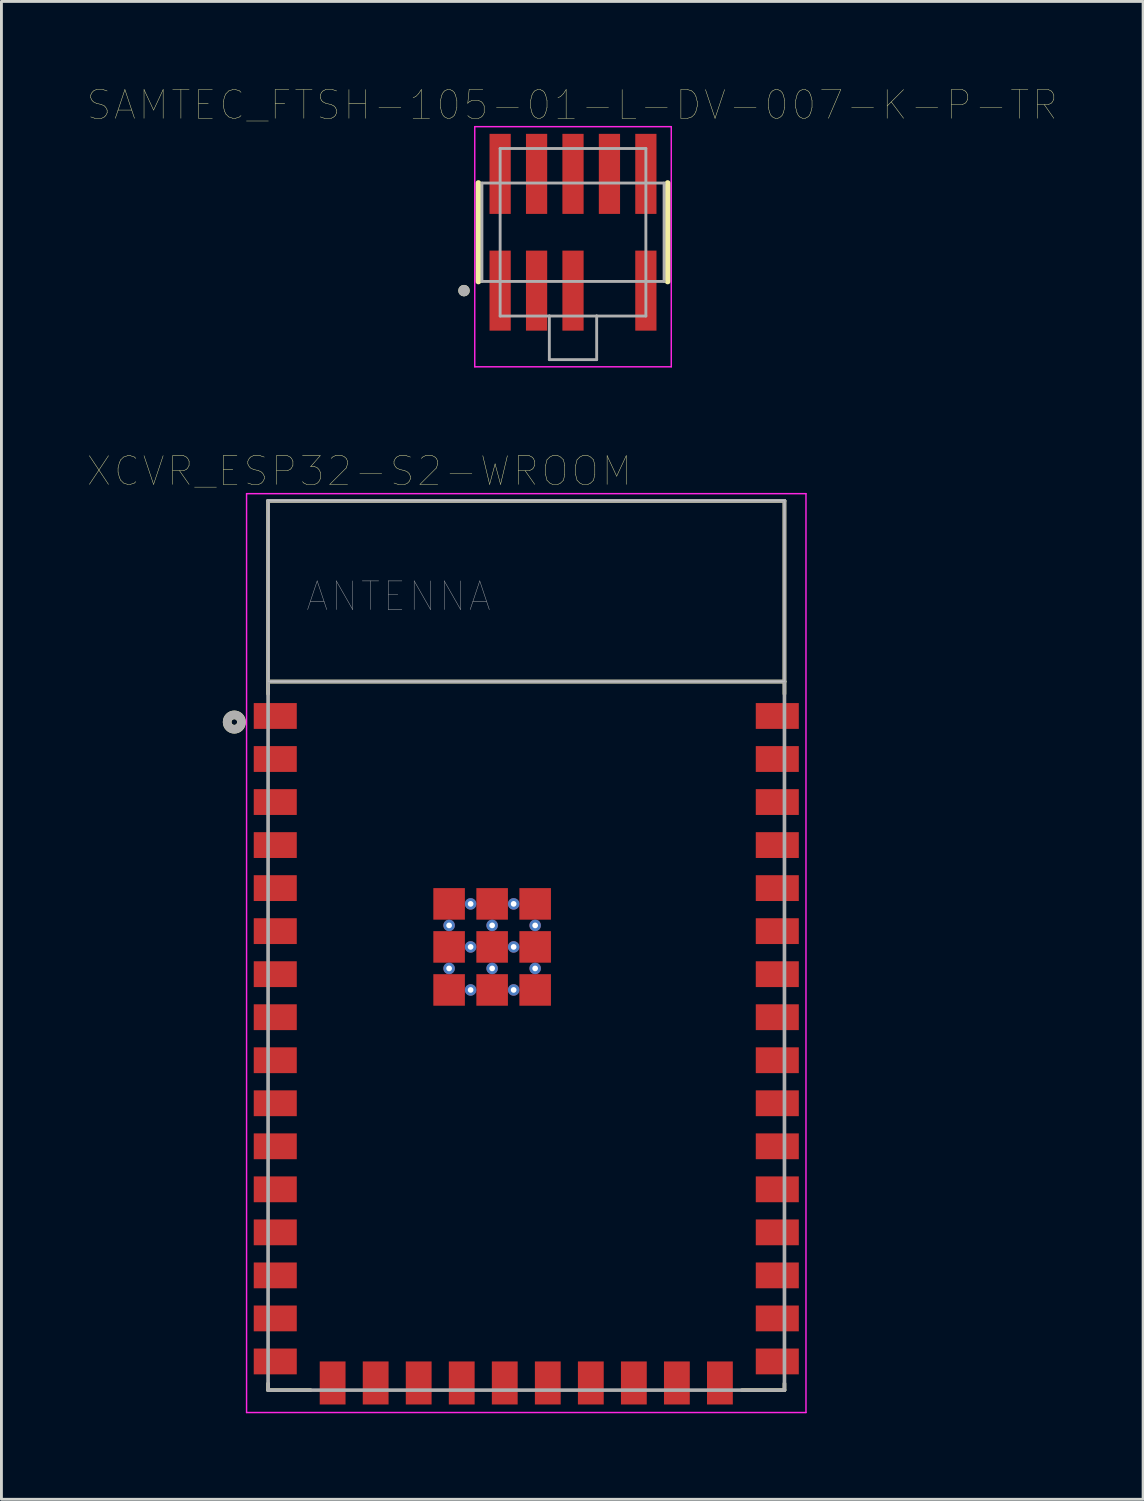
<source format=kicad_pcb>
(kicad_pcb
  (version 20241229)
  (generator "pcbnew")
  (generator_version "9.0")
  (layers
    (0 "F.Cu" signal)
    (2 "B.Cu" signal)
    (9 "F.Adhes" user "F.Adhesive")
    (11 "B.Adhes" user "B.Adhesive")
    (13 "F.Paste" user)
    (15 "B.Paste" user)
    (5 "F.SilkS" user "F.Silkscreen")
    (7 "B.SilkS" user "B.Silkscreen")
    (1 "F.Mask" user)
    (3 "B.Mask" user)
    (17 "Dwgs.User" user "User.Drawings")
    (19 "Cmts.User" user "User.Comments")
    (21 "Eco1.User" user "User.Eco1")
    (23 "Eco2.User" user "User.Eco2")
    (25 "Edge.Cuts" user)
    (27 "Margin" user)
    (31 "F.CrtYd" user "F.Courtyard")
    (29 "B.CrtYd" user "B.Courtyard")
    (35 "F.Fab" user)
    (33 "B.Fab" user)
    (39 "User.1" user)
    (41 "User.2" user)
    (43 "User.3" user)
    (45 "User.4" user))
  (footprint "XCVR_ESP32-S2-WROOM"
    (layer "F.Cu")
    (at 15.295 29.908)
    (property "Reference" "XCVR_ESP32-S2-WROOM" (at -5.825 -16.535 0) (layer "F.SilkS") (effects (font (size 1 1) (thickness 0.015))))
    (attr through_hole)
    (fp_line (start -9 -15.5) (end 9 -15.5) (stroke (width 0.127) (type solid)) (layer "F.SilkS"))
    (fp_line (start -9 -8.77) (end -9 -15.5) (stroke (width 0.127) (type solid)) (layer "F.SilkS"))
    (fp_line (start -9 15.27) (end -9 15.5) (stroke (width 0.127) (type solid)) (layer "F.SilkS"))
    (fp_line (start -9 15.5) (end -7.52 15.5) (stroke (width 0.127) (type solid)) (layer "F.SilkS"))
    (fp_line (start -8.96 -9.2) (end 9 -9.2) (stroke (width 0.127) (type solid)) (layer "F.SilkS"))
    (fp_line (start 9 -15.5) (end 9 -9.2) (stroke (width 0.127) (type solid)) (layer "F.SilkS"))
    (fp_line (start 9 -9.2) (end 9 -8.77) (stroke (width 0.127) (type solid)) (layer "F.SilkS"))
    (fp_line (start 9 15.27) (end 9 15.5) (stroke (width 0.127) (type solid)) (layer "F.SilkS"))
    (fp_line (start 9 15.5) (end 7.52 15.5) (stroke (width 0.127) (type solid)) (layer "F.SilkS"))
    (fp_circle (center -10.177 -7.788) (end -10.077 -7.788) (stroke (width 0.3) (type solid)) (fill no) (layer "F.SilkS"))
    (fp_poly (pts (xy -9 -15.5) (xy 9 -15.5) (xy 9 -9.2) (xy -9 -9.2)) (stroke (width 0.01) (type solid)) (fill no) (layer "Dwgs.User"))
    (fp_poly (pts (xy -9 -15.5) (xy 9 -15.5) (xy 9 -9.2) (xy -9 -9.2)) (stroke (width 0.01) (type solid)) (fill no) (layer "Dwgs.User"))
    (fp_poly (pts (xy -9 -15.5) (xy 9 -15.5) (xy 9 -9.2) (xy -9 -9.2)) (stroke (width 0.01) (type solid)) (fill no) (layer "Dwgs.User"))
    (fp_line (start -9.75 -15.75) (end 9.75 -15.75) (stroke (width 0.05) (type solid)) (layer "F.CrtYd"))
    (fp_line (start -9.75 16.28) (end -9.75 -15.75) (stroke (width 0.05) (type solid)) (layer "F.CrtYd"))
    (fp_line (start -9.75 16.28) (end 9.75 16.28) (stroke (width 0.05) (type solid)) (layer "F.CrtYd"))
    (fp_line (start 9.75 -15.75) (end 9.75 16.28) (stroke (width 0.05) (type solid)) (layer "F.CrtYd"))
    (fp_line (start -9 -15.5) (end 9 -15.5) (stroke (width 0.127) (type solid)) (layer "F.Fab"))
    (fp_line (start -9 15.5) (end -9 -15.5) (stroke (width 0.127) (type solid)) (layer "F.Fab"))
    (fp_line (start -8.96 -9.2) (end 9 -9.2) (stroke (width 0.127) (type solid)) (layer "F.Fab"))
    (fp_line (start 9 -15.5) (end 9 -9.2) (stroke (width 0.127) (type solid)) (layer "F.Fab"))
    (fp_line (start 9 -9.2) (end 9 15.5) (stroke (width 0.127) (type solid)) (layer "F.Fab"))
    (fp_line (start 9 15.5) (end -9 15.5) (stroke (width 0.127) (type solid)) (layer "F.Fab"))
    (fp_circle (center -10.177 -7.788) (end -10.077 -7.788) (stroke (width 0.3) (type solid)) (fill no) (layer "F.Fab"))
    (fp_text user "ANTENNA" (at -4.455 -12.171 0) (layer "F.Fab") (effects (font (size 1 1) (thickness 0.015))))
    (pad "1" smd rect (at -8.75 -8) (size 1.5 0.9) (layers "F.Cu" "F.Mask" "F.Paste"))
    (pad "2" smd rect (at -8.75 -6.5) (size 1.5 0.9) (layers "F.Cu" "F.Mask" "F.Paste"))
    (pad "3" smd rect (at -8.75 -5) (size 1.5 0.9) (layers "F.Cu" "F.Mask" "F.Paste"))
    (pad "4" smd rect (at -8.75 -3.5) (size 1.5 0.9) (layers "F.Cu" "F.Mask" "F.Paste"))
    (pad "5" smd rect (at -8.75 -2) (size 1.5 0.9) (layers "F.Cu" "F.Mask" "F.Paste"))
    (pad "6" smd rect (at -8.75 -0.5) (size 1.5 0.9) (layers "F.Cu" "F.Mask" "F.Paste"))
    (pad "7" smd rect (at -8.75 1) (size 1.5 0.9) (layers "F.Cu" "F.Mask" "F.Paste"))
    (pad "8" smd rect (at -8.75 2.5) (size 1.5 0.9) (layers "F.Cu" "F.Mask" "F.Paste"))
    (pad "9" smd rect (at -8.75 4) (size 1.5 0.9) (layers "F.Cu" "F.Mask" "F.Paste"))
    (pad "10" smd rect (at -8.75 5.5) (size 1.5 0.9) (layers "F.Cu" "F.Mask" "F.Paste"))
    (pad "11" smd rect (at -8.75 7) (size 1.5 0.9) (layers "F.Cu" "F.Mask" "F.Paste"))
    (pad "12" smd rect (at -8.75 8.5) (size 1.5 0.9) (layers "F.Cu" "F.Mask" "F.Paste"))
    (pad "13" smd rect (at -8.75 10) (size 1.5 0.9) (layers "F.Cu" "F.Mask" "F.Paste"))
    (pad "14" smd rect (at -8.75 11.5) (size 1.5 0.9) (layers "F.Cu" "F.Mask" "F.Paste"))
    (pad "15" smd rect (at -8.75 13) (size 1.5 0.9) (layers "F.Cu" "F.Mask" "F.Paste"))
    (pad "16" smd rect (at -8.75 14.5) (size 1.5 0.9) (layers "F.Cu" "F.Mask" "F.Paste"))
    (pad "17" smd rect (at -6.75 15.25) (size 0.9 1.5) (layers "F.Cu" "F.Mask" "F.Paste"))
    (pad "18" smd rect (at -5.25 15.25) (size 0.9 1.5) (layers "F.Cu" "F.Mask" "F.Paste"))
    (pad "19" smd rect (at -3.75 15.25) (size 0.9 1.5) (layers "F.Cu" "F.Mask" "F.Paste"))
    (pad "20" smd rect (at -2.25 15.25) (size 0.9 1.5) (layers "F.Cu" "F.Mask" "F.Paste"))
    (pad "21" smd rect (at -0.75 15.25) (size 0.9 1.5) (layers "F.Cu" "F.Mask" "F.Paste"))
    (pad "22" smd rect (at 0.75 15.25) (size 0.9 1.5) (layers "F.Cu" "F.Mask" "F.Paste"))
    (pad "23" smd rect (at 2.25 15.25) (size 0.9 1.5) (layers "F.Cu" "F.Mask" "F.Paste"))
    (pad "24" smd rect (at 3.75 15.25) (size 0.9 1.5) (layers "F.Cu" "F.Mask" "F.Paste"))
    (pad "25" smd rect (at 5.25 15.25) (size 0.9 1.5) (layers "F.Cu" "F.Mask" "F.Paste"))
    (pad "26" smd rect (at 6.75 15.25) (size 0.9 1.5) (layers "F.Cu" "F.Mask" "F.Paste"))
    (pad "27" smd rect (at 8.75 14.5) (size 1.5 0.9) (layers "F.Cu" "F.Mask" "F.Paste"))
    (pad "28" smd rect (at 8.75 13) (size 1.5 0.9) (layers "F.Cu" "F.Mask" "F.Paste"))
    (pad "29" smd rect (at 8.75 11.5) (size 1.5 0.9) (layers "F.Cu" "F.Mask" "F.Paste"))
    (pad "30" smd rect (at 8.75 10) (size 1.5 0.9) (layers "F.Cu" "F.Mask" "F.Paste"))
    (pad "31" smd rect (at 8.75 8.5) (size 1.5 0.9) (layers "F.Cu" "F.Mask" "F.Paste"))
    (pad "32" smd rect (at 8.75 7) (size 1.5 0.9) (layers "F.Cu" "F.Mask" "F.Paste"))
    (pad "33" smd rect (at 8.75 5.5) (size 1.5 0.9) (layers "F.Cu" "F.Mask" "F.Paste"))
    (pad "34" smd rect (at 8.75 4) (size 1.5 0.9) (layers "F.Cu" "F.Mask" "F.Paste"))
    (pad "35" smd rect (at 8.75 2.5) (size 1.5 0.9) (layers "F.Cu" "F.Mask" "F.Paste"))
    (pad "36" smd rect (at 8.75 1) (size 1.5 0.9) (layers "F.Cu" "F.Mask" "F.Paste"))
    (pad "37" smd rect (at 8.75 -0.5) (size 1.5 0.9) (layers "F.Cu" "F.Mask" "F.Paste"))
    (pad "38" smd rect (at 8.75 -2) (size 1.5 0.9) (layers "F.Cu" "F.Mask" "F.Paste"))
    (pad "39" smd rect (at 8.75 -3.5) (size 1.5 0.9) (layers "F.Cu" "F.Mask" "F.Paste"))
    (pad "40" smd rect (at 8.75 -5) (size 1.5 0.9) (layers "F.Cu" "F.Mask" "F.Paste"))
    (pad "41" smd rect (at 8.75 -6.5) (size 1.5 0.9) (layers "F.Cu" "F.Mask" "F.Paste"))
    (pad "42" smd rect (at 8.75 -8) (size 1.5 0.9) (layers "F.Cu" "F.Mask" "F.Paste"))
    (pad "43.1" smd rect (at -1.19 0.05) (size 1.1 1.1) (layers "F.Cu" "F.Mask" "F.Paste"))
    (pad "43.2" smd rect (at -2.69 0.05) (size 1.1 1.1) (layers "F.Cu" "F.Mask" "F.Paste"))
    (pad "43.3" smd rect (at 0.31 0.05) (size 1.1 1.1) (layers "F.Cu" "F.Mask" "F.Paste"))
    (pad "43.4" smd rect (at -2.69 1.55) (size 1.1 1.1) (layers "F.Cu" "F.Mask" "F.Paste"))
    (pad "43.5" smd rect (at -1.19 1.55) (size 1.1 1.1) (layers "F.Cu" "F.Mask" "F.Paste"))
    (pad "43.6" smd rect (at 0.31 1.55) (size 1.1 1.1) (layers "F.Cu" "F.Mask" "F.Paste"))
    (pad "43.7" smd rect (at -2.69 -1.45) (size 1.1 1.1) (layers "F.Cu" "F.Mask" "F.Paste"))
    (pad "43.8" smd rect (at -1.19 -1.45) (size 1.1 1.1) (layers "F.Cu" "F.Mask" "F.Paste"))
    (pad "43.9" smd rect (at 0.31 -1.45) (size 1.1 1.1) (layers "F.Cu" "F.Mask" "F.Paste"))
    (pad "43.10" thru_hole circle (at -1.19 -0.7) (size 0.4 0.4) (drill 0.2) (layers "*.Cu" "*.Mask"))
    (pad "43.11" thru_hole circle (at -2.69 -0.7) (size 0.4 0.4) (drill 0.2) (layers "*.Cu" "*.Mask"))
    (pad "43.12" thru_hole circle (at 0.31 -0.7) (size 0.4 0.4) (drill 0.2) (layers "*.Cu" "*.Mask"))
    (pad "43.13" thru_hole circle (at -2.69 0.8) (size 0.4 0.4) (drill 0.2) (layers "*.Cu" "*.Mask"))
    (pad "43.14" thru_hole circle (at -1.19 0.8) (size 0.4 0.4) (drill 0.2) (layers "*.Cu" "*.Mask"))
    (pad "43.15" thru_hole circle (at 0.31 0.8) (size 0.4 0.4) (drill 0.2) (layers "*.Cu" "*.Mask"))
    (pad "43.16" thru_hole circle (at -1.94 -1.45) (size 0.4 0.4) (drill 0.2) (layers "*.Cu" "*.Mask"))
    (pad "43.17" thru_hole circle (at -0.44 -1.45) (size 0.4 0.4) (drill 0.2) (layers "*.Cu" "*.Mask"))
    (pad "43.18" thru_hole circle (at -1.94 0.05) (size 0.4 0.4) (drill 0.2) (layers "*.Cu" "*.Mask"))
    (pad "43.19" thru_hole circle (at -0.44 0.05) (size 0.4 0.4) (drill 0.2) (layers "*.Cu" "*.Mask"))
    (pad "43.20" thru_hole circle (at -1.94 1.55) (size 0.4 0.4) (drill 0.2) (layers "*.Cu" "*.Mask"))
    (pad "43.21" thru_hole circle (at -0.44 1.55) (size 0.4 0.4) (drill 0.2) (layers "*.Cu" "*.Mask")))
  (footprint "SAMTEC_FTSH-105-01-L-DV-007-K-P-TR"
    (layer "F.Cu")
    (at 16.924 5.046)
    (property "Reference" "SAMTEC_FTSH-105-01-L-DV-007-K-P-TR" (at -0.025 -4.435 0) (layer "F.SilkS") (effects (font (size 1 1) (thickness 0.015))))
    (attr through_hole)
    (fp_line (start -3.3 -1.715) (end -3.3 1.715) (stroke (width 0.2) (type solid)) (layer "F.SilkS"))
    (fp_line (start 3.3 -1.715) (end 3.3 1.715) (stroke (width 0.2) (type solid)) (layer "F.SilkS"))
    (fp_circle (center -3.8 2.035) (end -3.7 2.035) (stroke (width 0.2) (type solid)) (fill no) (layer "F.SilkS"))
    (fp_line (start -3.425 -3.68) (end 3.425 -3.68) (stroke (width 0.05) (type solid)) (layer "F.CrtYd"))
    (fp_line (start -3.425 4.69) (end -3.425 -3.68) (stroke (width 0.05) (type solid)) (layer "F.CrtYd"))
    (fp_line (start 3.425 -3.68) (end 3.425 4.69) (stroke (width 0.05) (type solid)) (layer "F.CrtYd"))
    (fp_line (start 3.425 4.69) (end -3.425 4.69) (stroke (width 0.05) (type solid)) (layer "F.CrtYd"))
    (fp_line (start -3.175 -1.715) (end 3.175 -1.715) (stroke (width 0.1) (type solid)) (layer "F.Fab"))
    (fp_line (start -3.175 1.715) (end -3.175 -1.715) (stroke (width 0.1) (type solid)) (layer "F.Fab"))
    (fp_line (start -2.54 -2.92) (end 2.54 -2.92) (stroke (width 0.1) (type solid)) (layer "F.Fab"))
    (fp_line (start -2.54 2.92) (end -2.54 -2.92) (stroke (width 0.1) (type solid)) (layer "F.Fab"))
    (fp_line (start -0.825 2.92) (end -2.54 2.92) (stroke (width 0.1) (type solid)) (layer "F.Fab"))
    (fp_line (start -0.825 2.92) (end -0.825 4.44) (stroke (width 0.1) (type solid)) (layer "F.Fab"))
    (fp_line (start -0.825 4.44) (end 0.825 4.44) (stroke (width 0.1) (type solid)) (layer "F.Fab"))
    (fp_line (start 0.825 2.92) (end -0.825 2.92) (stroke (width 0.1) (type solid)) (layer "F.Fab"))
    (fp_line (start 0.825 4.44) (end 0.825 2.92) (stroke (width 0.1) (type solid)) (layer "F.Fab"))
    (fp_line (start 2.54 -2.92) (end 2.54 2.92) (stroke (width 0.1) (type solid)) (layer "F.Fab"))
    (fp_line (start 2.54 2.92) (end 0.825 2.92) (stroke (width 0.1) (type solid)) (layer "F.Fab"))
    (fp_line (start 3.175 -1.715) (end 3.175 1.715) (stroke (width 0.1) (type solid)) (layer "F.Fab"))
    (fp_line (start 3.175 1.715) (end -3.175 1.715) (stroke (width 0.1) (type solid)) (layer "F.Fab"))
    (fp_circle (center -3.8 2.035) (end -3.7 2.035) (stroke (width 0.2) (type solid)) (fill no) (layer "F.Fab"))
    (pad "01" smd rect (at -2.54 2.035) (size 0.74 2.79) (layers "F.Cu" "F.Mask" "F.Paste"))
    (pad "02" smd rect (at -2.54 -2.035) (size 0.74 2.79) (layers "F.Cu" "F.Mask" "F.Paste"))
    (pad "03" smd rect (at -1.27 2.035) (size 0.74 2.79) (layers "F.Cu" "F.Mask" "F.Paste"))
    (pad "04" smd rect (at -1.27 -2.035) (size 0.74 2.79) (layers "F.Cu" "F.Mask" "F.Paste"))
    (pad "05" smd rect (at 0 2.035) (size 0.74 2.79) (layers "F.Cu" "F.Mask" "F.Paste"))
    (pad "06" smd rect (at 0 -2.035) (size 0.74 2.79) (layers "F.Cu" "F.Mask" "F.Paste"))
    (pad "08" smd rect (at 1.27 -2.035) (size 0.74 2.79) (layers "F.Cu" "F.Mask" "F.Paste"))
    (pad "09" smd rect (at 2.54 2.035) (size 0.74 2.79) (layers "F.Cu" "F.Mask" "F.Paste"))
    (pad "10" smd rect (at 2.54 -2.035) (size 0.74 2.79) (layers "F.Cu" "F.Mask" "F.Paste")))
  (gr_rect
    (start -3 -3)
    (end 36.797 49.213)
    (stroke (width 0.1) (type default))
    (fill no)
    (layer "Edge.Cuts")))
</source>
